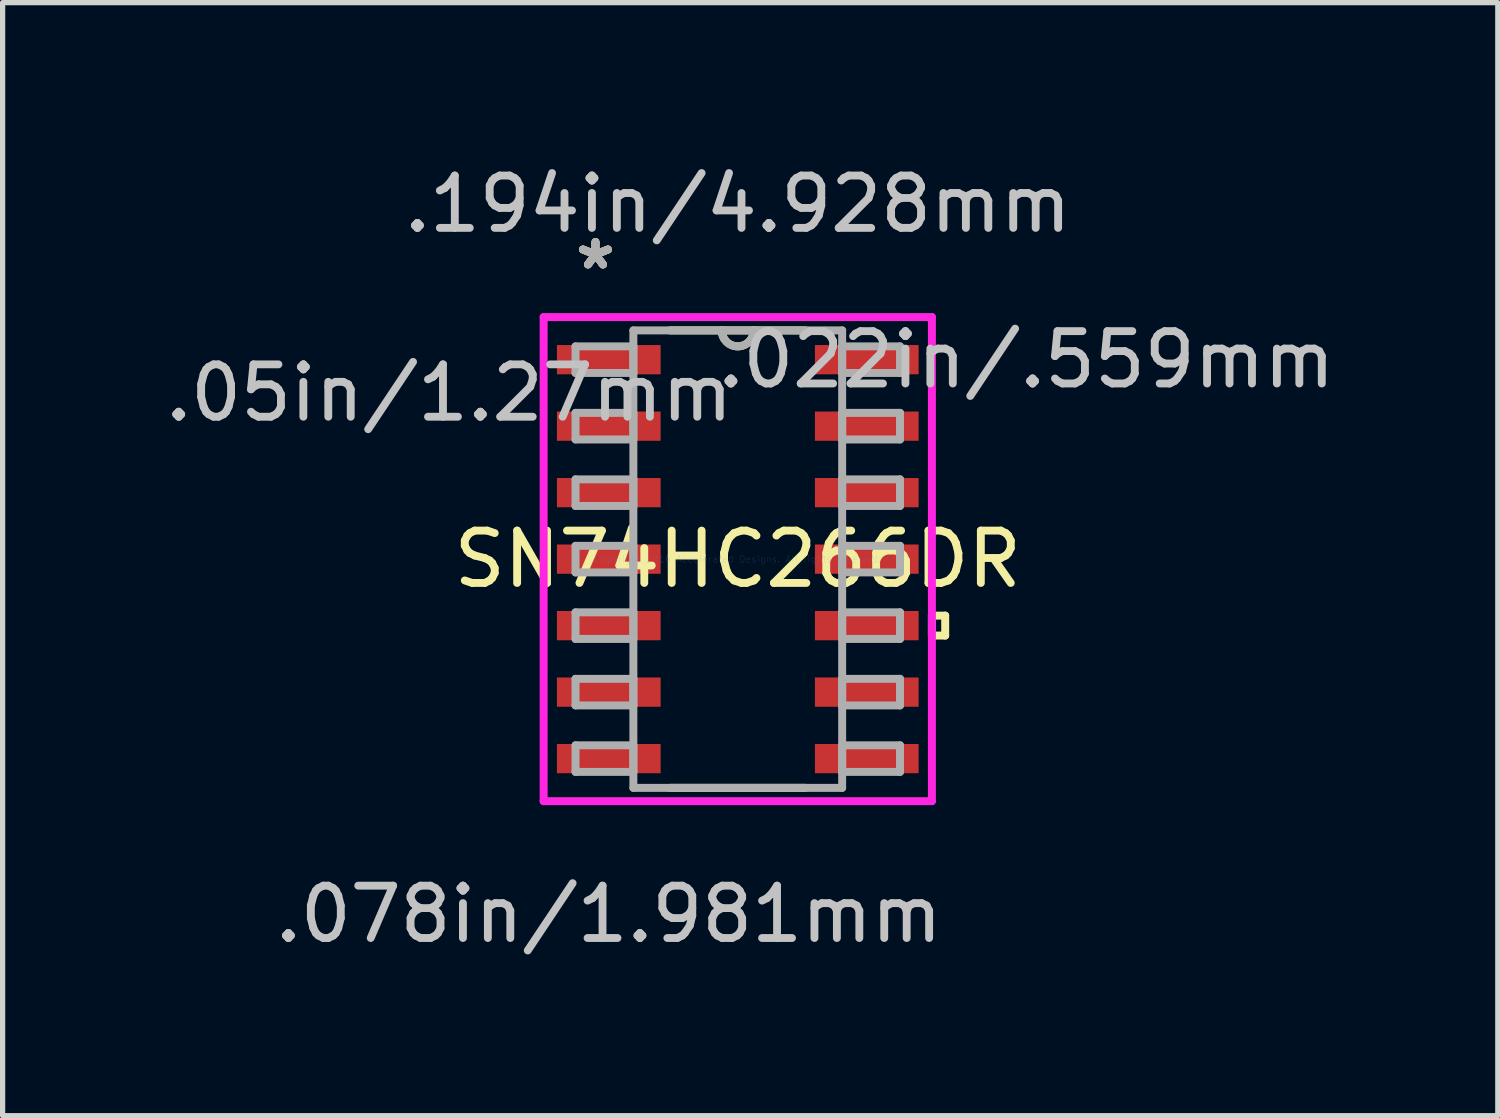
<source format=kicad_pcb>
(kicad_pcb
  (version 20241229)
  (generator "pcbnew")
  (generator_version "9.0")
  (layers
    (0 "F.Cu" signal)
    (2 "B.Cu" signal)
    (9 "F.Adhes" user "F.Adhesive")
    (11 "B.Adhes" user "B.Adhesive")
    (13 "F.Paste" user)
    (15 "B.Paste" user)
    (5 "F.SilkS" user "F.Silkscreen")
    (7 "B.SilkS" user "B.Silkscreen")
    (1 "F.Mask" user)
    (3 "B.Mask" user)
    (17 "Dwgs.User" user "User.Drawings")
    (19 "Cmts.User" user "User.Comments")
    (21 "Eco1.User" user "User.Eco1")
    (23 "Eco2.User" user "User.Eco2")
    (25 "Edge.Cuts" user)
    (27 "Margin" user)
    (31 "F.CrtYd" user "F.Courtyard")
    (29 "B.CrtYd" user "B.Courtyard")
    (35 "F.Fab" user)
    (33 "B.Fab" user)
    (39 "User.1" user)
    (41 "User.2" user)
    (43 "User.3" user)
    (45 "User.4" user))
  (footprint "SN74HC266DR"
    (layer "F.Cu")
    (at 11.042 7.63)
    (property "Reference" "SN74HC266DR" (at 0 0 0) (layer "F.SilkS") (effects (font (size 1 1) (thickness 0.15))))
    (attr through_hole)
    (fp_line (start -1.293 4.369) (end 1.293 4.369) (stroke (width 0.152) (type solid)) (layer "F.SilkS"))
    (fp_line (start 1.293 -4.369) (end -1.293 -4.369) (stroke (width 0.152) (type solid)) (layer "F.SilkS"))
    (fp_line (start 3.708 1.079) (end 3.962 1.079) (stroke (width 0.152) (type solid)) (layer "F.SilkS"))
    (fp_line (start 3.708 1.46) (end 3.708 1.079) (stroke (width 0.152) (type solid)) (layer "F.SilkS"))
    (fp_line (start 3.962 1.079) (end 3.962 1.46) (stroke (width 0.152) (type solid)) (layer "F.SilkS"))
    (fp_line (start 3.962 1.46) (end 3.708 1.46) (stroke (width 0.152) (type solid)) (layer "F.SilkS"))
    (fp_arc (start 0.3048 -4.3688) (mid 0 -4.064) (end -0.3048 -4.3688) (stroke (width 0.1524) (type solid)) (layer "F.SilkS"))
    (fp_line (start -3.708 -4.623) (end 3.708 -4.623) (stroke (width 0.152) (type solid)) (layer "F.CrtYd"))
    (fp_line (start -3.708 4.623) (end -3.708 -4.623) (stroke (width 0.152) (type solid)) (layer "F.CrtYd"))
    (fp_line (start 3.708 -4.623) (end 3.708 4.623) (stroke (width 0.152) (type solid)) (layer "F.CrtYd"))
    (fp_line (start 3.708 4.623) (end -3.708 4.623) (stroke (width 0.152) (type solid)) (layer "F.CrtYd"))
    (fp_line (start -3.099 -4.064) (end -3.099 -3.556) (stroke (width 0.152) (type solid)) (layer "F.Fab"))
    (fp_line (start -3.099 -3.556) (end -1.994 -3.556) (stroke (width 0.152) (type solid)) (layer "F.Fab"))
    (fp_line (start -3.099 -2.794) (end -3.099 -2.286) (stroke (width 0.152) (type solid)) (layer "F.Fab"))
    (fp_line (start -3.099 -2.286) (end -1.994 -2.286) (stroke (width 0.152) (type solid)) (layer "F.Fab"))
    (fp_line (start -3.099 -1.524) (end -3.099 -1.016) (stroke (width 0.152) (type solid)) (layer "F.Fab"))
    (fp_line (start -3.099 -1.016) (end -1.994 -1.016) (stroke (width 0.152) (type solid)) (layer "F.Fab"))
    (fp_line (start -3.099 -0.254) (end -3.099 0.254) (stroke (width 0.152) (type solid)) (layer "F.Fab"))
    (fp_line (start -3.099 0.254) (end -1.994 0.254) (stroke (width 0.152) (type solid)) (layer "F.Fab"))
    (fp_line (start -3.099 1.016) (end -3.099 1.524) (stroke (width 0.152) (type solid)) (layer "F.Fab"))
    (fp_line (start -3.099 1.524) (end -1.994 1.524) (stroke (width 0.152) (type solid)) (layer "F.Fab"))
    (fp_line (start -3.099 2.286) (end -3.099 2.794) (stroke (width 0.152) (type solid)) (layer "F.Fab"))
    (fp_line (start -3.099 2.794) (end -1.994 2.794) (stroke (width 0.152) (type solid)) (layer "F.Fab"))
    (fp_line (start -3.099 3.556) (end -3.099 4.064) (stroke (width 0.152) (type solid)) (layer "F.Fab"))
    (fp_line (start -3.099 4.064) (end -1.994 4.064) (stroke (width 0.152) (type solid)) (layer "F.Fab"))
    (fp_line (start -1.994 -4.369) (end -1.994 4.369) (stroke (width 0.152) (type solid)) (layer "F.Fab"))
    (fp_line (start -1.994 -4.064) (end -3.099 -4.064) (stroke (width 0.152) (type solid)) (layer "F.Fab"))
    (fp_line (start -1.994 -3.556) (end -1.994 -4.064) (stroke (width 0.152) (type solid)) (layer "F.Fab"))
    (fp_line (start -1.994 -2.794) (end -3.099 -2.794) (stroke (width 0.152) (type solid)) (layer "F.Fab"))
    (fp_line (start -1.994 -2.286) (end -1.994 -2.794) (stroke (width 0.152) (type solid)) (layer "F.Fab"))
    (fp_line (start -1.994 -1.524) (end -3.099 -1.524) (stroke (width 0.152) (type solid)) (layer "F.Fab"))
    (fp_line (start -1.994 -1.016) (end -1.994 -1.524) (stroke (width 0.152) (type solid)) (layer "F.Fab"))
    (fp_line (start -1.994 -0.254) (end -3.099 -0.254) (stroke (width 0.152) (type solid)) (layer "F.Fab"))
    (fp_line (start -1.994 0.254) (end -1.994 -0.254) (stroke (width 0.152) (type solid)) (layer "F.Fab"))
    (fp_line (start -1.994 1.016) (end -3.099 1.016) (stroke (width 0.152) (type solid)) (layer "F.Fab"))
    (fp_line (start -1.994 1.524) (end -1.994 1.016) (stroke (width 0.152) (type solid)) (layer "F.Fab"))
    (fp_line (start -1.994 2.286) (end -3.099 2.286) (stroke (width 0.152) (type solid)) (layer "F.Fab"))
    (fp_line (start -1.994 2.794) (end -1.994 2.286) (stroke (width 0.152) (type solid)) (layer "F.Fab"))
    (fp_line (start -1.994 3.556) (end -3.099 3.556) (stroke (width 0.152) (type solid)) (layer "F.Fab"))
    (fp_line (start -1.994 4.064) (end -1.994 3.556) (stroke (width 0.152) (type solid)) (layer "F.Fab"))
    (fp_line (start -1.994 4.369) (end 1.994 4.369) (stroke (width 0.152) (type solid)) (layer "F.Fab"))
    (fp_line (start 1.994 -4.369) (end -1.994 -4.369) (stroke (width 0.152) (type solid)) (layer "F.Fab"))
    (fp_line (start 1.994 -4.064) (end 1.994 -3.556) (stroke (width 0.152) (type solid)) (layer "F.Fab"))
    (fp_line (start 1.994 -3.556) (end 3.099 -3.556) (stroke (width 0.152) (type solid)) (layer "F.Fab"))
    (fp_line (start 1.994 -2.794) (end 1.994 -2.286) (stroke (width 0.152) (type solid)) (layer "F.Fab"))
    (fp_line (start 1.994 -2.286) (end 3.099 -2.286) (stroke (width 0.152) (type solid)) (layer "F.Fab"))
    (fp_line (start 1.994 -1.524) (end 1.994 -1.016) (stroke (width 0.152) (type solid)) (layer "F.Fab"))
    (fp_line (start 1.994 -1.016) (end 3.099 -1.016) (stroke (width 0.152) (type solid)) (layer "F.Fab"))
    (fp_line (start 1.994 -0.254) (end 1.994 0.254) (stroke (width 0.152) (type solid)) (layer "F.Fab"))
    (fp_line (start 1.994 0.254) (end 3.099 0.254) (stroke (width 0.152) (type solid)) (layer "F.Fab"))
    (fp_line (start 1.994 1.016) (end 1.994 1.524) (stroke (width 0.152) (type solid)) (layer "F.Fab"))
    (fp_line (start 1.994 1.524) (end 3.099 1.524) (stroke (width 0.152) (type solid)) (layer "F.Fab"))
    (fp_line (start 1.994 2.286) (end 1.994 2.794) (stroke (width 0.152) (type solid)) (layer "F.Fab"))
    (fp_line (start 1.994 2.794) (end 3.099 2.794) (stroke (width 0.152) (type solid)) (layer "F.Fab"))
    (fp_line (start 1.994 3.556) (end 1.994 4.064) (stroke (width 0.152) (type solid)) (layer "F.Fab"))
    (fp_line (start 1.994 4.064) (end 3.099 4.064) (stroke (width 0.152) (type solid)) (layer "F.Fab"))
    (fp_line (start 1.994 4.369) (end 1.994 -4.369) (stroke (width 0.152) (type solid)) (layer "F.Fab"))
    (fp_line (start 3.099 -4.064) (end 1.994 -4.064) (stroke (width 0.152) (type solid)) (layer "F.Fab"))
    (fp_line (start 3.099 -3.556) (end 3.099 -4.064) (stroke (width 0.152) (type solid)) (layer "F.Fab"))
    (fp_line (start 3.099 -2.794) (end 1.994 -2.794) (stroke (width 0.152) (type solid)) (layer "F.Fab"))
    (fp_line (start 3.099 -2.286) (end 3.099 -2.794) (stroke (width 0.152) (type solid)) (layer "F.Fab"))
    (fp_line (start 3.099 -1.524) (end 1.994 -1.524) (stroke (width 0.152) (type solid)) (layer "F.Fab"))
    (fp_line (start 3.099 -1.016) (end 3.099 -1.524) (stroke (width 0.152) (type solid)) (layer "F.Fab"))
    (fp_line (start 3.099 -0.254) (end 1.994 -0.254) (stroke (width 0.152) (type solid)) (layer "F.Fab"))
    (fp_line (start 3.099 0.254) (end 3.099 -0.254) (stroke (width 0.152) (type solid)) (layer "F.Fab"))
    (fp_line (start 3.099 1.016) (end 1.994 1.016) (stroke (width 0.152) (type solid)) (layer "F.Fab"))
    (fp_line (start 3.099 1.524) (end 3.099 1.016) (stroke (width 0.152) (type solid)) (layer "F.Fab"))
    (fp_line (start 3.099 2.286) (end 1.994 2.286) (stroke (width 0.152) (type solid)) (layer "F.Fab"))
    (fp_line (start 3.099 2.794) (end 3.099 2.286) (stroke (width 0.152) (type solid)) (layer "F.Fab"))
    (fp_line (start 3.099 3.556) (end 1.994 3.556) (stroke (width 0.152) (type solid)) (layer "F.Fab"))
    (fp_line (start 3.099 4.064) (end 3.099 3.556) (stroke (width 0.152) (type solid)) (layer "F.Fab"))
    (fp_arc (start 0.3048 -4.3688) (mid 0 -4.064) (end -0.3048 -4.3688) (stroke (width 0.1524) (type solid)) (layer "F.Fab"))
    (fp_text user "*" (at -2.718 -5.512 0) (layer "F.SilkS") (effects (font (size 1 1) (thickness 0.15))))
    (fp_text user "*" (at -2.718 -5.512 0) (layer "F.SilkS") (effects (font (size 1 1) (thickness 0.15))))
    (fp_text user ".05in/1.27mm" (at -5.512 -3.175 0) (layer "Dwgs.User") (effects (font (size 1 1) (thickness 0.15))))
    (fp_text user ".194in/4.928mm" (at 0 -6.782 0) (layer "Dwgs.User") (effects (font (size 1 1) (thickness 0.15))))
    (fp_text user ".022in/.559mm" (at 5.512 -3.81 0) (layer "Dwgs.User") (effects (font (size 1 1) (thickness 0.15))))
    (fp_text user ".078in/1.981mm" (at -2.464 6.782 0) (layer "Dwgs.User") (effects (font (size 1 1) (thickness 0.15))))
    (fp_text user "Copyright 2016 Accelerated Designs. All rights reserved." (at 0 0 0) (layer "Cmts.User") (effects (font (size 0.127 0.127) (thickness 0.002))))
    (fp_text user "*" (at -2.718 -5.512 0) (layer "F.Fab") (effects (font (size 1 1) (thickness 0.15))))
    (fp_text user "*" (at -2.718 -5.512 0) (layer "F.Fab") (effects (font (size 1 1) (thickness 0.15))))
    (pad "1" smd rect (at -2.464 -3.81) (size 1.981 0.559) (layers "F.Cu" "F.Mask" "F.Paste"))
    (pad "2" smd rect (at -2.464 -2.54) (size 1.981 0.559) (layers "F.Cu" "F.Mask" "F.Paste"))
    (pad "3" smd rect (at -2.464 -1.27) (size 1.981 0.559) (layers "F.Cu" "F.Mask" "F.Paste"))
    (pad "4" smd rect (at -2.464 0) (size 1.981 0.559) (layers "F.Cu" "F.Mask" "F.Paste"))
    (pad "5" smd rect (at -2.464 1.27) (size 1.981 0.559) (layers "F.Cu" "F.Mask" "F.Paste"))
    (pad "6" smd rect (at -2.464 2.54) (size 1.981 0.559) (layers "F.Cu" "F.Mask" "F.Paste"))
    (pad "7" smd rect (at -2.464 3.81) (size 1.981 0.559) (layers "F.Cu" "F.Mask" "F.Paste"))
    (pad "8" smd rect (at 2.464 3.81) (size 1.981 0.559) (layers "F.Cu" "F.Mask" "F.Paste"))
    (pad "9" smd rect (at 2.464 2.54) (size 1.981 0.559) (layers "F.Cu" "F.Mask" "F.Paste"))
    (pad "10" smd rect (at 2.464 1.27) (size 1.981 0.559) (layers "F.Cu" "F.Mask" "F.Paste"))
    (pad "11" smd rect (at 2.464 0) (size 1.981 0.559) (layers "F.Cu" "F.Mask" "F.Paste"))
    (pad "12" smd rect (at 2.464 -1.27) (size 1.981 0.559) (layers "F.Cu" "F.Mask" "F.Paste"))
    (pad "13" smd rect (at 2.464 -2.54) (size 1.981 0.559) (layers "F.Cu" "F.Mask" "F.Paste"))
    (pad "14" smd rect (at 2.464 -3.81) (size 1.981 0.559) (layers "F.Cu" "F.Mask" "F.Paste")))
  (gr_rect
    (start -3 -3)
    (end 25.559 18.26)
    (stroke (width 0.1) (type default))
    (fill no)
    (layer "Edge.Cuts")))
</source>
